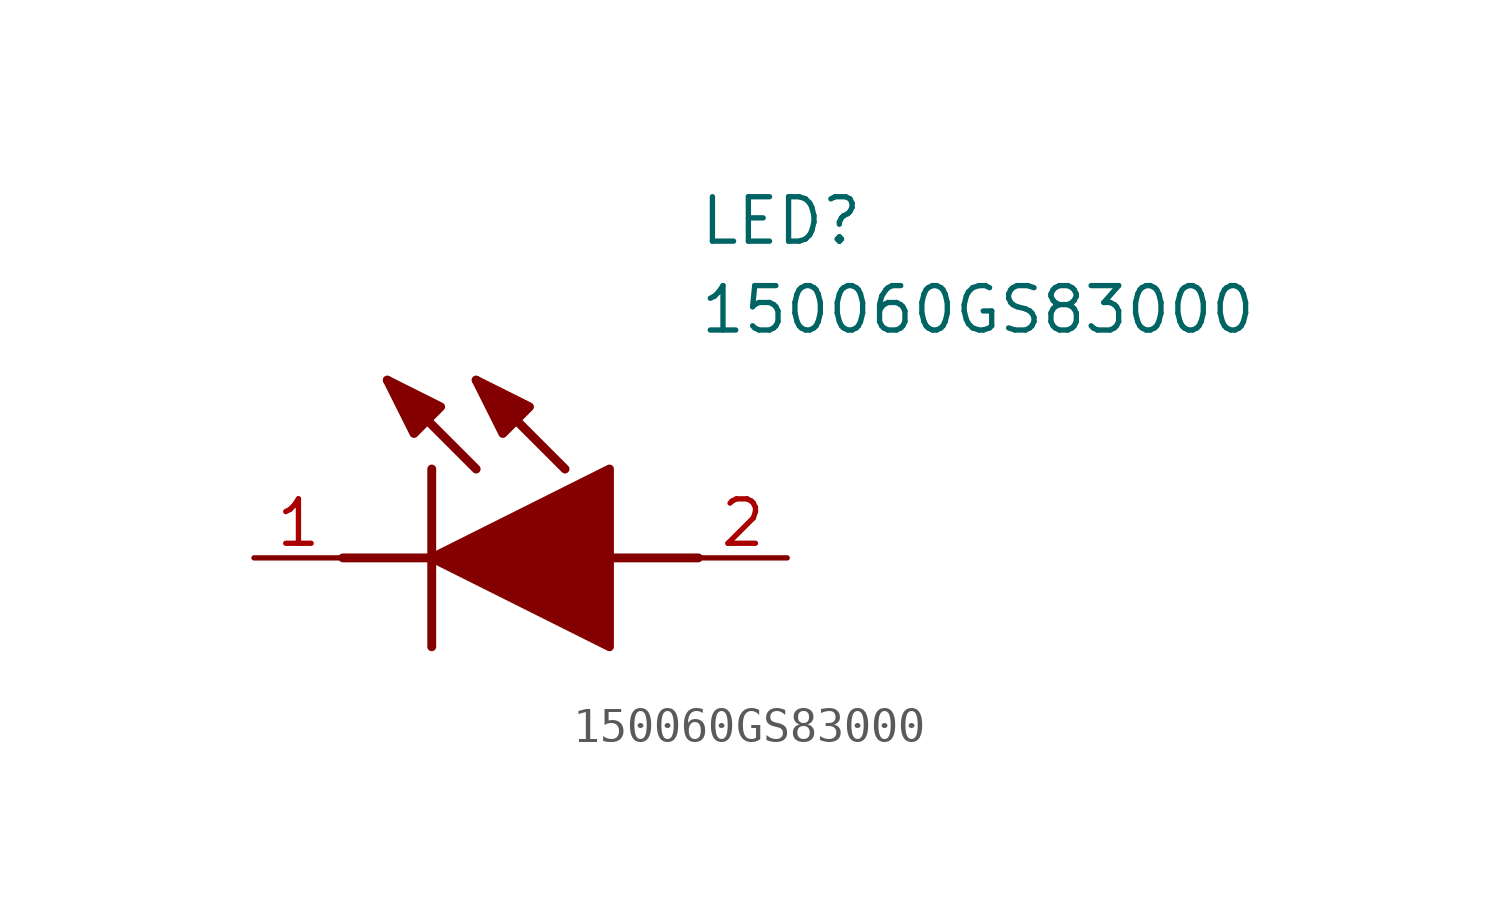
<source format=kicad_sym>
(kicad_symbol_lib
  (version 20211014)
  (generator SamacSys_ECAD_Model)
  (symbol "150060GS83000"
    (pin_names hide)
    (property "Reference" "LED"
      (at 12.7 8.89 0)
      (effects (font (size 1.27 1.27)) (justify left bottom)))
    (property "Value" "150060GS83000"
      (at 12.7 6.35 0)
      (effects (font (size 1.27 1.27)) (justify left bottom)))
    (polyline
      (pts (xy 5.08 2.54) (xy 5.08 -2.54))
      (stroke (width 0.254) (type default))
      (fill (type none)))
    (polyline
      (pts (xy 6.35 2.54) (xy 3.81 5.08))
      (stroke (width 0.254) (type default))
      (fill (type none)))
    (polyline
      (pts (xy 8.89 2.54) (xy 6.35 5.08))
      (stroke (width 0.254) (type default))
      (fill (type none)))
    (polyline
      (pts (xy 2.54 0) (xy 5.08 0))
      (stroke (width 0.254) (type default))
      (fill (type none)))
    (polyline
      (pts (xy 10.16 0) (xy 12.7 0))
      (stroke (width 0.254) (type default))
      (fill (type none)))
    (polyline
      (pts (xy 5.08 0) (xy 10.16 2.54) (xy 10.16 -2.54) (xy 5.08 0))
      (stroke (width 0.254) (type default))
      (fill (type outline)))
    (polyline
      (pts (xy 5.334 4.318) (xy 4.572 3.556) (xy 3.81 5.08) (xy 5.334 4.318))
      (stroke (width 0.254) (type default))
      (fill (type outline)))
    (polyline
      (pts (xy 7.874 4.318) (xy 7.112 3.556) (xy 6.35 5.08) (xy 7.874 4.318))
      (stroke (width 0.254) (type default))
      (fill (type outline)))
    (pin passive line
      (at 0 0 0)
      (length 2.54)
      (name "K" (effects (font (size 1.27 1.27))))
      (number "1" (effects (font (size 1.27 1.27)))))
    (pin passive line
      (at 15.24 0 180)
      (length 2.54)
      (name "A" (effects (font (size 1.27 1.27))))
      (number "2" (effects (font (size 1.27 1.27)))))))
</source>
